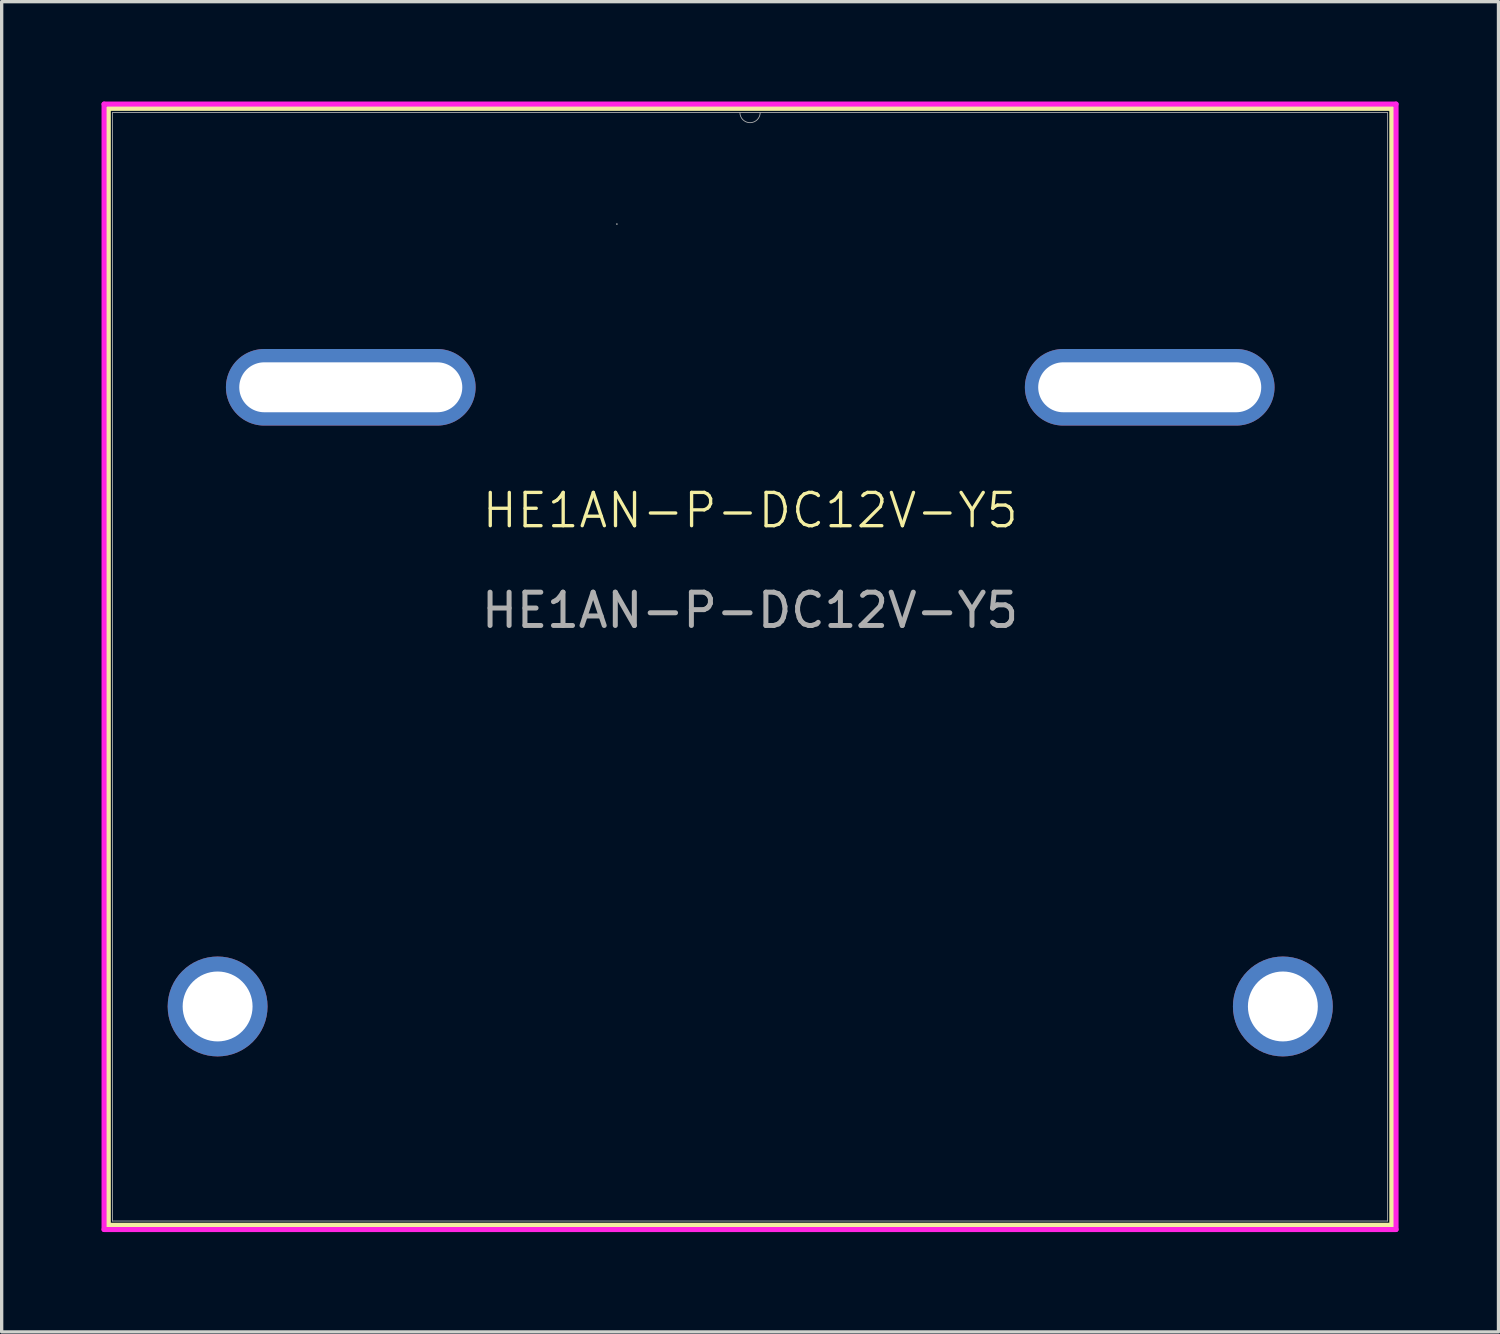
<source format=kicad_pcb>
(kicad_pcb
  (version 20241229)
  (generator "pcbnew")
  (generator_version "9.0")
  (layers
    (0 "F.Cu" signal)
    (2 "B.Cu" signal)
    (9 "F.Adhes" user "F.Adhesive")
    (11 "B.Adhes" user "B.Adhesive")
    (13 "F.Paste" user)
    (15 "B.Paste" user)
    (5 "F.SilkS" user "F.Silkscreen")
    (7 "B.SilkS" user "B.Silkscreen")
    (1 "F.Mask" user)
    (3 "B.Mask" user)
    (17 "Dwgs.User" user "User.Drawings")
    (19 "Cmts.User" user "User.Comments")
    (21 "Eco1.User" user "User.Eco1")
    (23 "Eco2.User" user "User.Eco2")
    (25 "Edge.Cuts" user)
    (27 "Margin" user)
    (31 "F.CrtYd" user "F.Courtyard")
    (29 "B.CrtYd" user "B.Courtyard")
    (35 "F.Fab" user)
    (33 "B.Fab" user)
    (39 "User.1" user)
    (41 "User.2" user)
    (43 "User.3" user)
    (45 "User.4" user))
  (footprint "HE1AN-P-DC12V-Y5"
    (layer "F.Cu")
    (at 19.487 14.484)
    (property "Reference" "HE1AN-P-DC12V-Y5" (at 0 -2.2 0) (unlocked yes) (layer "F.SilkS") (effects (font (size 1 1) (thickness 0.1))))
    (attr through_hole)
    (fp_line (start -19.284 -14.28) (end -19.284 19.273) (stroke (width 0.152) (type solid)) (layer "F.SilkS"))
    (fp_line (start -19.284 19.273) (end 19.273 19.273) (stroke (width 0.152) (type solid)) (layer "F.SilkS"))
    (fp_line (start 19.273 -14.28) (end -19.284 -14.28) (stroke (width 0.152) (type solid)) (layer "F.SilkS"))
    (fp_line (start 19.273 19.273) (end 19.273 -14.28) (stroke (width 0.152) (type solid)) (layer "F.SilkS"))
    (fp_line (start -19.411 -14.407) (end 19.4 -14.407) (stroke (width 0.152) (type solid)) (layer "F.CrtYd"))
    (fp_line (start -19.411 19.4) (end -19.411 -14.407) (stroke (width 0.152) (type solid)) (layer "F.CrtYd"))
    (fp_line (start 19.4 -14.407) (end 19.4 19.4) (stroke (width 0.152) (type solid)) (layer "F.CrtYd"))
    (fp_line (start 19.4 19.4) (end -19.411 19.4) (stroke (width 0.152) (type solid)) (layer "F.CrtYd"))
    (fp_line (start -19.157 -14.153) (end -19.157 19.146) (stroke (width 0.025) (type solid)) (layer "F.Fab"))
    (fp_line (start -19.157 19.146) (end 19.146 19.146) (stroke (width 0.025) (type solid)) (layer "F.Fab"))
    (fp_line (start 19.146 -14.153) (end -19.157 -14.153) (stroke (width 0.025) (type solid)) (layer "F.Fab"))
    (fp_line (start 19.146 19.146) (end 19.146 -14.153) (stroke (width 0.025) (type solid)) (layer "F.Fab"))
    (fp_arc (start 0.2992 -14.1534) (mid -0.0056 -13.8486) (end -0.3104 -14.1534) (stroke (width 0.0254) (type solid)) (layer "F.Fab"))
    (fp_circle (center -4.006 -10.803) (end -4.006 -10.803) (stroke (width 0.025) (type solid)) (fill no) (layer "F.Fab"))
    (fp_text user "${REFERENCE}" (at -0.006 0.8 0) (unlocked yes) (layer "F.Fab") (effects (font (size 1 1) (thickness 0.15))))
    (pad "1" thru_hole oval (at -12 -5.9) (size 7.5 2.3) (drill oval 6.7 1.5) (layers "*.Cu" "*.Mask"))
    (pad "4" thru_hole oval (at 12 -5.9) (size 7.5 2.3) (drill oval 6.7 1.5) (layers "*.Cu" "*.Mask"))
    (pad "5" thru_hole circle (at 16 12.7) (size 3 3) (drill 2.1) (layers "*.Cu" "*.Mask"))
    (pad "6" thru_hole circle (at -16 12.7) (size 3 3) (drill 2.1) (layers "*.Cu" "*.Mask")))
  (gr_rect
    (start -3 -3)
    (end 41.964 36.96)
    (stroke (width 0.1) (type default))
    (fill no)
    (layer "Edge.Cuts")))
</source>
